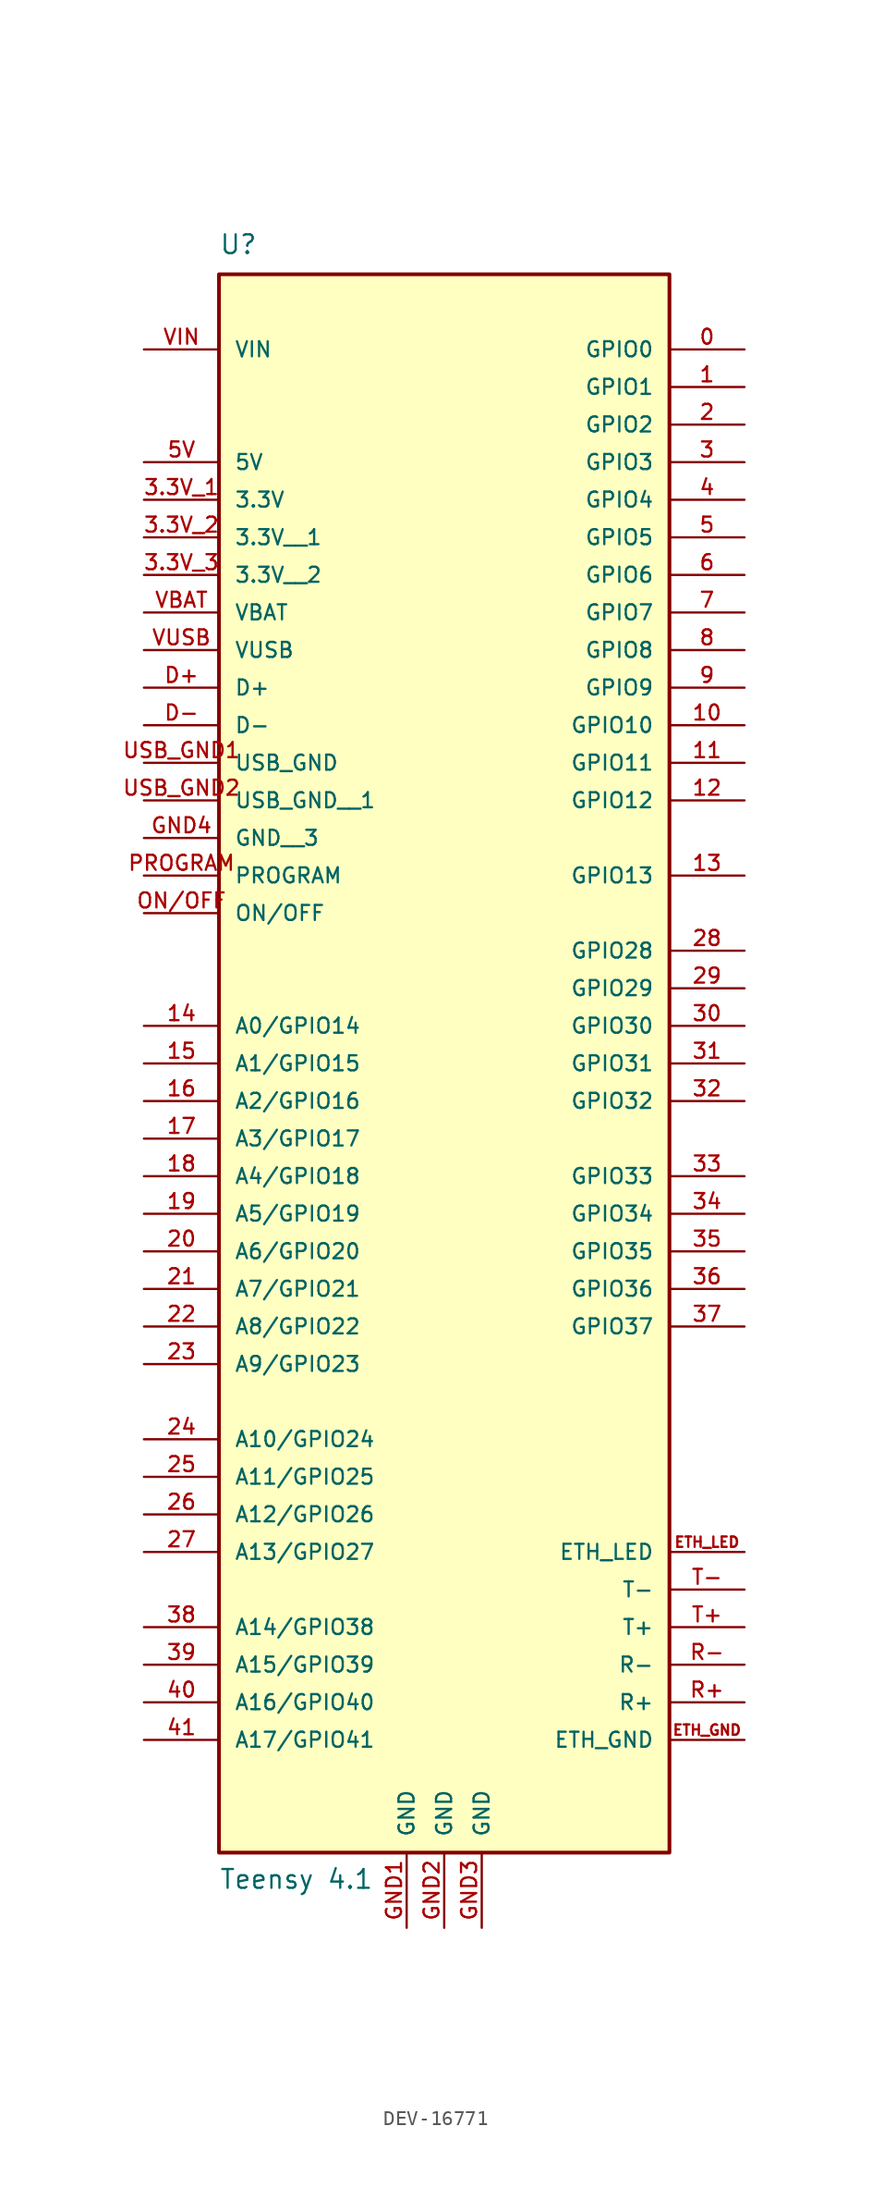
<source format=kicad_sym>
(kicad_symbol_lib
  (version 20220914)
  (generator kicad_symbol_editor)
  (symbol "DEV-16771"
    (pin_names
      (offset 1.016))
    (property "Reference" "U"
      (at -15.24 52.07 0)
      (effects (font (size 1.27 1.27)) (justify left bottom)))
    (property "Value" "Teensy 4.1"
      (at -15.24 -58.42 0)
      (effects (font (size 1.27 1.27)) (justify left bottom)))
    (symbol "DEV-16771_0_0"
      (rectangle (start -15.24 50.8) (end 15.24 -55.88) (stroke (width 0.254) (type default)) (fill (type background)))
      (pin bidirectional line (at 20.32 45.72 180) (length 5.08) (name "GPIO0" (effects (font (size 1.016 1.016)))) (number "0" (effects (font (size 1.016 1.016)))))
      (pin bidirectional line (at 20.32 43.18 180) (length 5.08) (name "GPIO1" (effects (font (size 1.016 1.016)))) (number "1" (effects (font (size 1.016 1.016)))))
      (pin bidirectional line (at 20.32 20.32 180) (length 5.08) (name "GPIO10" (effects (font (size 1.016 1.016)))) (number "10" (effects (font (size 1.016 1.016)))))
      (pin bidirectional line (at 20.32 17.78 180) (length 5.08) (name "GPIO11" (effects (font (size 1.016 1.016)))) (number "11" (effects (font (size 1.016 1.016)))))
      (pin bidirectional line (at 20.32 15.24 180) (length 5.08) (name "GPIO12" (effects (font (size 1.016 1.016)))) (number "12" (effects (font (size 1.016 1.016)))))
      (pin bidirectional line (at 20.32 10.16 180) (length 5.08) (name "GPIO13" (effects (font (size 1.016 1.016)))) (number "13" (effects (font (size 1.016 1.016)))))
      (pin bidirectional line (at -20.32 0 0) (length 5.08) (name "A0/GPIO14" (effects (font (size 1.016 1.016)))) (number "14" (effects (font (size 1.016 1.016)))))
      (pin bidirectional line (at -20.32 -2.54 0) (length 5.08) (name "A1/GPIO15" (effects (font (size 1.016 1.016)))) (number "15" (effects (font (size 1.016 1.016)))))
      (pin bidirectional line (at -20.32 -5.08 0) (length 5.08) (name "A2/GPIO16" (effects (font (size 1.016 1.016)))) (number "16" (effects (font (size 1.016 1.016)))))
      (pin bidirectional line (at -20.32 -7.62 0) (length 5.08) (name "A3/GPIO17" (effects (font (size 1.016 1.016)))) (number "17" (effects (font (size 1.016 1.016)))))
      (pin bidirectional line (at -20.32 -10.16 0) (length 5.08) (name "A4/GPIO18" (effects (font (size 1.016 1.016)))) (number "18" (effects (font (size 1.016 1.016)))))
      (pin bidirectional line (at -20.32 -12.7 0) (length 5.08) (name "A5/GPIO19" (effects (font (size 1.016 1.016)))) (number "19" (effects (font (size 1.016 1.016)))))
      (pin output line (at 20.32 40.64 180) (length 5.08) (name "GPIO2" (effects (font (size 1.016 1.016)))) (number "2" (effects (font (size 1.016 1.016)))))
      (pin bidirectional line (at -20.32 -15.24 0) (length 5.08) (name "A6/GPIO20" (effects (font (size 1.016 1.016)))) (number "20" (effects (font (size 1.016 1.016)))))
      (pin bidirectional line (at -20.32 -17.78 0) (length 5.08) (name "A7/GPIO21" (effects (font (size 1.016 1.016)))) (number "21" (effects (font (size 1.016 1.016)))))
      (pin bidirectional line (at -20.32 -20.32 0) (length 5.08) (name "A8/GPIO22" (effects (font (size 1.016 1.016)))) (number "22" (effects (font (size 1.016 1.016)))))
      (pin bidirectional line (at -20.32 -22.86 0) (length 5.08) (name "A9/GPIO23" (effects (font (size 1.016 1.016)))) (number "23" (effects (font (size 1.016 1.016)))))
      (pin bidirectional line (at -20.32 -27.94 0) (length 5.08) (name "A10/GPIO24" (effects (font (size 1.016 1.016)))) (number "24" (effects (font (size 1.016 1.016)))))
      (pin bidirectional line (at -20.32 -30.48 0) (length 5.08) (name "A11/GPIO25" (effects (font (size 1.016 1.016)))) (number "25" (effects (font (size 1.016 1.016)))))
      (pin bidirectional line (at -20.32 -33.02 0) (length 5.08) (name "A12/GPIO26" (effects (font (size 1.016 1.016)))) (number "26" (effects (font (size 1.016 1.016)))))
      (pin bidirectional line (at -20.32 -35.56 0) (length 5.08) (name "A13/GPIO27" (effects (font (size 1.016 1.016)))) (number "27" (effects (font (size 1.016 1.016)))))
      (pin bidirectional line (at 20.32 5.08 180) (length 5.08) (name "GPIO28" (effects (font (size 1.016 1.016)))) (number "28" (effects (font (size 1.016 1.016)))))
      (pin bidirectional line (at 20.32 2.54 180) (length 5.08) (name "GPIO29" (effects (font (size 1.016 1.016)))) (number "29" (effects (font (size 1.016 1.016)))))
      (pin bidirectional line (at 20.32 38.1 180) (length 5.08) (name "GPIO3" (effects (font (size 1.016 1.016)))) (number "3" (effects (font (size 1.016 1.016)))))
      (pin power_in line (at -20.32 35.56 0) (length 5.08) (name "3.3V" (effects (font (size 1.016 1.016)))) (number "3.3V_1" (effects (font (size 1.016 1.016)))))
      (pin power_in line (at -20.32 33.02 0) (length 5.08) (name "3.3V__1" (effects (font (size 1.016 1.016)))) (number "3.3V_2" (effects (font (size 1.016 1.016)))))
      (pin power_in line (at -20.32 30.48 0) (length 5.08) (name "3.3V__2" (effects (font (size 1.016 1.016)))) (number "3.3V_3" (effects (font (size 1.016 1.016)))))
      (pin bidirectional line (at 20.32 0 180) (length 5.08) (name "GPIO30" (effects (font (size 1.016 1.016)))) (number "30" (effects (font (size 1.016 1.016)))))
      (pin bidirectional line (at 20.32 -2.54 180) (length 5.08) (name "GPIO31" (effects (font (size 1.016 1.016)))) (number "31" (effects (font (size 1.016 1.016)))))
      (pin bidirectional line (at 20.32 -5.08 180) (length 5.08) (name "GPIO32" (effects (font (size 1.016 1.016)))) (number "32" (effects (font (size 1.016 1.016)))))
      (pin bidirectional line (at 20.32 -10.16 180) (length 5.08) (name "GPIO33" (effects (font (size 1.016 1.016)))) (number "33" (effects (font (size 1.016 1.016)))))
      (pin bidirectional line (at 20.32 -12.7 180) (length 5.08) (name "GPIO34" (effects (font (size 1.016 1.016)))) (number "34" (effects (font (size 1.016 1.016)))))
      (pin bidirectional line (at 20.32 -15.24 180) (length 5.08) (name "GPIO35" (effects (font (size 1.016 1.016)))) (number "35" (effects (font (size 1.016 1.016)))))
      (pin bidirectional line (at 20.32 -17.78 180) (length 5.08) (name "GPIO36" (effects (font (size 1.016 1.016)))) (number "36" (effects (font (size 1.016 1.016)))))
      (pin bidirectional line (at 20.32 -20.32 180) (length 5.08) (name "GPIO37" (effects (font (size 1.016 1.016)))) (number "37" (effects (font (size 1.016 1.016)))))
      (pin bidirectional line (at -20.32 -40.64 0) (length 5.08) (name "A14/GPIO38" (effects (font (size 1.016 1.016)))) (number "38" (effects (font (size 1.016 1.016)))))
      (pin bidirectional line (at -20.32 -43.18 0) (length 5.08) (name "A15/GPIO39" (effects (font (size 1.016 1.016)))) (number "39" (effects (font (size 1.016 1.016)))))
      (pin bidirectional line (at 20.32 35.56 180) (length 5.08) (name "GPIO4" (effects (font (size 1.016 1.016)))) (number "4" (effects (font (size 1.016 1.016)))))
      (pin bidirectional line (at -20.32 -45.72 0) (length 5.08) (name "A16/GPIO40" (effects (font (size 1.016 1.016)))) (number "40" (effects (font (size 1.016 1.016)))))
      (pin bidirectional line (at -20.32 -48.26 0) (length 5.08) (name "A17/GPIO41" (effects (font (size 1.016 1.016)))) (number "41" (effects (font (size 1.016 1.016)))))
      (pin bidirectional line (at 20.32 33.02 180) (length 5.08) (name "GPIO5" (effects (font (size 1.016 1.016)))) (number "5" (effects (font (size 1.016 1.016)))))
      (pin power_in line (at -20.32 38.1 0) (length 5.08) (name "5V" (effects (font (size 1.016 1.016)))) (number "5V" (effects (font (size 1.016 1.016)))))
      (pin bidirectional line (at 20.32 30.48 180) (length 5.08) (name "GPIO6" (effects (font (size 1.016 1.016)))) (number "6" (effects (font (size 1.016 1.016)))))
      (pin bidirectional line (at 20.32 27.94 180) (length 5.08) (name "GPIO7" (effects (font (size 1.016 1.016)))) (number "7" (effects (font (size 1.016 1.016)))))
      (pin bidirectional line (at 20.32 25.4 180) (length 5.08) (name "GPIO8" (effects (font (size 1.016 1.016)))) (number "8" (effects (font (size 1.016 1.016)))))
      (pin bidirectional line (at 20.32 22.86 180) (length 5.08) (name "GPIO9" (effects (font (size 1.016 1.016)))) (number "9" (effects (font (size 1.016 1.016)))))
      (pin bidirectional line (at -20.32 22.86 0) (length 5.08) (name "D+" (effects (font (size 1.016 1.016)))) (number "D+" (effects (font (size 1.016 1.016)))))
      (pin bidirectional line (at -20.32 20.32 0) (length 5.08) (name "D-" (effects (font (size 1.016 1.016)))) (number "D-" (effects (font (size 1.016 1.016)))))
      (pin power_in line (at 20.32 -48.26 180) (length 5.08) (name "ETH_GND" (effects (font (size 1.016 1.016)))) (number "ETH_GND" (effects (font (size 0.7 0.7)))))
      (pin bidirectional line (at 20.32 -35.56 180) (length 5.08) (name "ETH_LED" (effects (font (size 1.016 1.016)))) (number "ETH_LED" (effects (font (size 0.7 0.7)))))
      (pin power_in line (at -2.54 -60.96 90) (length 5.08) (name "GND" (effects (font (size 1.016 1.016)))) (number "GND1" (effects (font (size 1.016 1.016)))))
      (pin power_in line (at 0 -60.96 90) (length 5.08) (name "GND" (effects (font (size 1.016 1.016)))) (number "GND2" (effects (font (size 1.016 1.016)))))
      (pin power_in line (at 2.54 -60.96 90) (length 5.08) (name "GND" (effects (font (size 1.016 1.016)))) (number "GND3" (effects (font (size 1.016 1.016)))))
      (pin power_in line (at -20.32 12.7 0) (length 5.08) (name "GND__3" (effects (font (size 1.016 1.016)))) (number "GND4" (effects (font (size 1.016 1.016)))))
      (pin bidirectional line (at -20.32 7.62 0) (length 5.08) (name "ON/OFF" (effects (font (size 1.016 1.016)))) (number "ON/OFF" (effects (font (size 1.016 1.016)))))
      (pin bidirectional line (at -20.32 10.16 0) (length 5.08) (name "PROGRAM" (effects (font (size 1.016 1.016)))) (number "PROGRAM" (effects (font (size 1.016 1.016)))))
      (pin bidirectional line (at 20.32 -45.72 180) (length 5.08) (name "R+" (effects (font (size 1.016 1.016)))) (number "R+" (effects (font (size 1.016 1.016)))))
      (pin bidirectional line (at 20.32 -43.18 180) (length 5.08) (name "R-" (effects (font (size 1.016 1.016)))) (number "R-" (effects (font (size 1.016 1.016)))))
      (pin bidirectional line (at 20.32 -40.64 180) (length 5.08) (name "T+" (effects (font (size 1.016 1.016)))) (number "T+" (effects (font (size 1.016 1.016)))))
      (pin bidirectional line (at 20.32 -38.1 180) (length 5.08) (name "T-" (effects (font (size 1.016 1.016)))) (number "T-" (effects (font (size 1.016 1.016)))))
      (pin power_in line (at -20.32 17.78 0) (length 5.08) (name "USB_GND" (effects (font (size 1.016 1.016)))) (number "USB_GND1" (effects (font (size 1.016 1.016)))))
      (pin power_in line (at -20.32 15.24 0) (length 5.08) (name "USB_GND__1" (effects (font (size 1.016 1.016)))) (number "USB_GND2" (effects (font (size 1.016 1.016)))))
      (pin passive line (at -20.32 27.94 0) (length 5.08) (name "VBAT" (effects (font (size 1.016 1.016)))) (number "VBAT" (effects (font (size 1.016 1.016)))))
      (pin input line (at -20.32 45.72 0) (length 5.08) (name "VIN" (effects (font (size 1.016 1.016)))) (number "VIN" (effects (font (size 1.016 1.016)))))
      (pin passive line (at -20.32 25.4 0) (length 5.08) (name "VUSB" (effects (font (size 1.016 1.016)))) (number "VUSB" (effects (font (size 1.016 1.016))))))))
</source>
